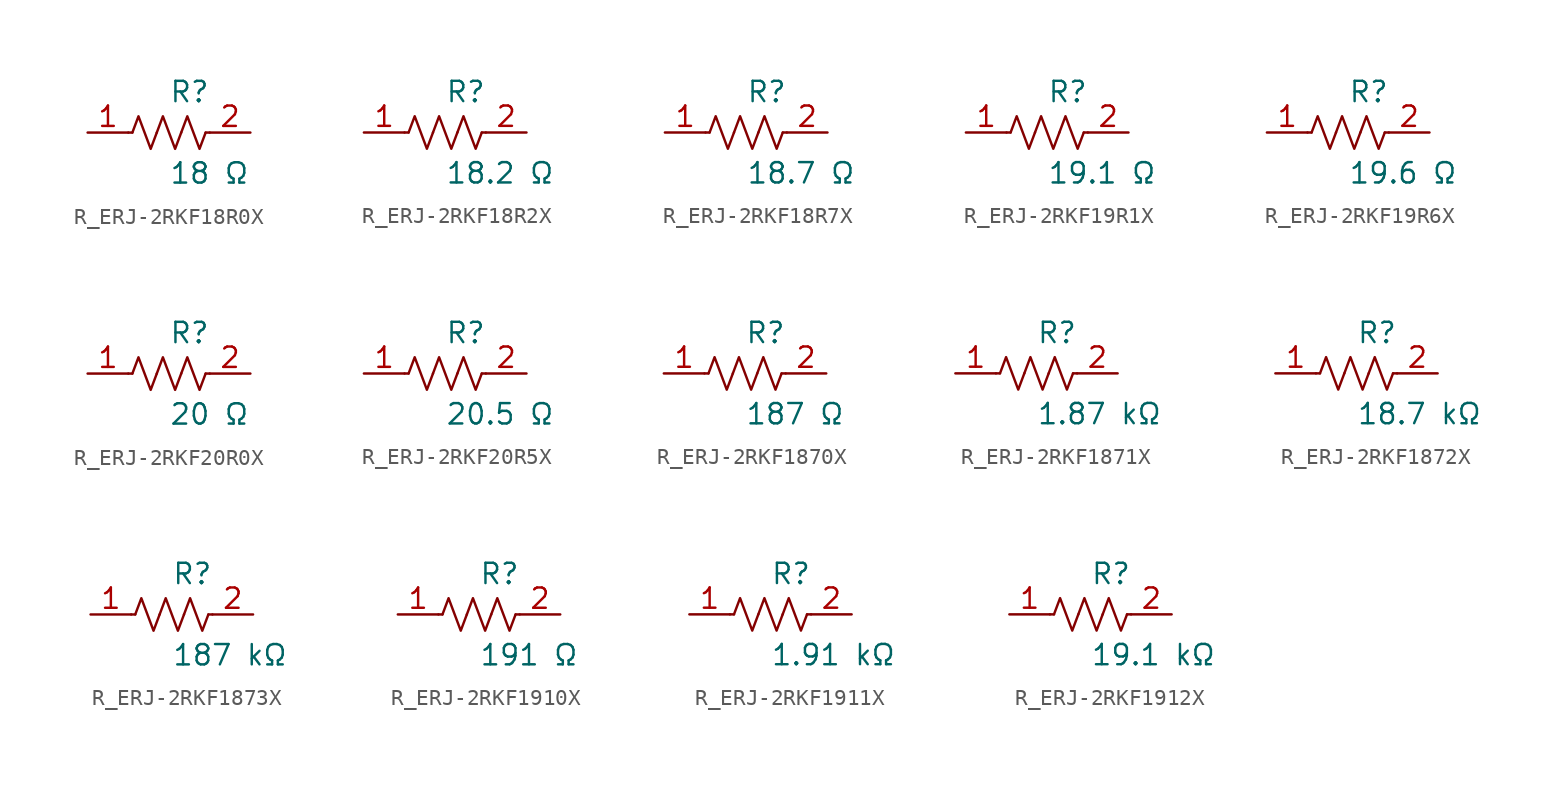
<source format=kicad_sym>
(kicad_symbol_lib
  (version 20231120)
  (generator kicad_symbol_editor)
  (generator_version 8.0)
  (symbol "R_ERJ-2RKF18R0X"
    (pin_names
      (offset 0.254))
    (property "Reference" "R"
      (at 0 2.54 0)
      (effects (font (size 1.27 1.27)) (justify left)))
    (property "Value" "18 Ω"
      (at 0 -2.54 0)
      (effects (font (size 1.27 1.27)) (justify left)))
    (symbol "R_ERJ-2RKF18R0X_0_1"
      (polyline (pts (xy 2.286 0) (xy 2.54 0)) (stroke (width 0) (type default)) (fill (type none)))
      (polyline (pts (xy -2.286 0) (xy -2.54 0)) (stroke (width 0) (type default)) (fill (type none)))
      (polyline (pts (xy 0.762 0) (xy 1.143 1.016) (xy 1.524 0) (xy 1.905 -1.016) (xy 2.286 0)) (stroke (width 0) (type default)) (fill (type none)))
      (polyline (pts (xy -0.762 0) (xy -0.381 1.016) (xy 0 0) (xy 0.381 -1.016) (xy 0.762 0)) (stroke (width 0) (type default)) (fill (type none)))
      (polyline (pts (xy -2.286 0) (xy -1.905 1.016) (xy -1.524 0) (xy -1.143 -1.016) (xy -0.762 0)) (stroke (width 0) (type default)) (fill (type none))))
    (pin passive line
      (at -5.08 0 0)
      (length 2.54)
      (name "" (effects (font (size 1.27 1.27))))
      (number "1" (effects (font (size 1.27 1.27)))))
    (pin passive line
      (at 5.08 0 180)
      (length 2.54)
      (name "" (effects (font (size 1.27 1.27))))
      (number "2" (effects (font (size 1.27 1.27))))))
  (symbol "R_ERJ-2RKF18R2X"
    (pin_names
      (offset 0.254))
    (property "Reference" "R"
      (at 0 2.54 0)
      (effects (font (size 1.27 1.27)) (justify left)))
    (property "Value" "18.2 Ω"
      (at 0 -2.54 0)
      (effects (font (size 1.27 1.27)) (justify left)))
    (symbol "R_ERJ-2RKF18R2X_0_1"
      (polyline (pts (xy 2.286 0) (xy 2.54 0)) (stroke (width 0) (type default)) (fill (type none)))
      (polyline (pts (xy -2.286 0) (xy -2.54 0)) (stroke (width 0) (type default)) (fill (type none)))
      (polyline (pts (xy 0.762 0) (xy 1.143 1.016) (xy 1.524 0) (xy 1.905 -1.016) (xy 2.286 0)) (stroke (width 0) (type default)) (fill (type none)))
      (polyline (pts (xy -0.762 0) (xy -0.381 1.016) (xy 0 0) (xy 0.381 -1.016) (xy 0.762 0)) (stroke (width 0) (type default)) (fill (type none)))
      (polyline (pts (xy -2.286 0) (xy -1.905 1.016) (xy -1.524 0) (xy -1.143 -1.016) (xy -0.762 0)) (stroke (width 0) (type default)) (fill (type none))))
    (pin passive line
      (at -5.08 0 0)
      (length 2.54)
      (name "" (effects (font (size 1.27 1.27))))
      (number "1" (effects (font (size 1.27 1.27)))))
    (pin passive line
      (at 5.08 0 180)
      (length 2.54)
      (name "" (effects (font (size 1.27 1.27))))
      (number "2" (effects (font (size 1.27 1.27))))))
  (symbol "R_ERJ-2RKF18R7X"
    (pin_names
      (offset 0.254))
    (property "Reference" "R"
      (at 0 2.54 0)
      (effects (font (size 1.27 1.27)) (justify left)))
    (property "Value" "18.7 Ω"
      (at 0 -2.54 0)
      (effects (font (size 1.27 1.27)) (justify left)))
    (symbol "R_ERJ-2RKF18R7X_0_1"
      (polyline (pts (xy 2.286 0) (xy 2.54 0)) (stroke (width 0) (type default)) (fill (type none)))
      (polyline (pts (xy -2.286 0) (xy -2.54 0)) (stroke (width 0) (type default)) (fill (type none)))
      (polyline (pts (xy 0.762 0) (xy 1.143 1.016) (xy 1.524 0) (xy 1.905 -1.016) (xy 2.286 0)) (stroke (width 0) (type default)) (fill (type none)))
      (polyline (pts (xy -0.762 0) (xy -0.381 1.016) (xy 0 0) (xy 0.381 -1.016) (xy 0.762 0)) (stroke (width 0) (type default)) (fill (type none)))
      (polyline (pts (xy -2.286 0) (xy -1.905 1.016) (xy -1.524 0) (xy -1.143 -1.016) (xy -0.762 0)) (stroke (width 0) (type default)) (fill (type none))))
    (pin passive line
      (at -5.08 0 0)
      (length 2.54)
      (name "" (effects (font (size 1.27 1.27))))
      (number "1" (effects (font (size 1.27 1.27)))))
    (pin passive line
      (at 5.08 0 180)
      (length 2.54)
      (name "" (effects (font (size 1.27 1.27))))
      (number "2" (effects (font (size 1.27 1.27))))))
  (symbol "R_ERJ-2RKF19R1X"
    (pin_names
      (offset 0.254))
    (property "Reference" "R"
      (at 0 2.54 0)
      (effects (font (size 1.27 1.27)) (justify left)))
    (property "Value" "19.1 Ω"
      (at 0 -2.54 0)
      (effects (font (size 1.27 1.27)) (justify left)))
    (symbol "R_ERJ-2RKF19R1X_0_1"
      (polyline (pts (xy 2.286 0) (xy 2.54 0)) (stroke (width 0) (type default)) (fill (type none)))
      (polyline (pts (xy -2.286 0) (xy -2.54 0)) (stroke (width 0) (type default)) (fill (type none)))
      (polyline (pts (xy 0.762 0) (xy 1.143 1.016) (xy 1.524 0) (xy 1.905 -1.016) (xy 2.286 0)) (stroke (width 0) (type default)) (fill (type none)))
      (polyline (pts (xy -0.762 0) (xy -0.381 1.016) (xy 0 0) (xy 0.381 -1.016) (xy 0.762 0)) (stroke (width 0) (type default)) (fill (type none)))
      (polyline (pts (xy -2.286 0) (xy -1.905 1.016) (xy -1.524 0) (xy -1.143 -1.016) (xy -0.762 0)) (stroke (width 0) (type default)) (fill (type none))))
    (pin passive line
      (at -5.08 0 0)
      (length 2.54)
      (name "" (effects (font (size 1.27 1.27))))
      (number "1" (effects (font (size 1.27 1.27)))))
    (pin passive line
      (at 5.08 0 180)
      (length 2.54)
      (name "" (effects (font (size 1.27 1.27))))
      (number "2" (effects (font (size 1.27 1.27))))))
  (symbol "R_ERJ-2RKF19R6X"
    (pin_names
      (offset 0.254))
    (property "Reference" "R"
      (at 0 2.54 0)
      (effects (font (size 1.27 1.27)) (justify left)))
    (property "Value" "19.6 Ω"
      (at 0 -2.54 0)
      (effects (font (size 1.27 1.27)) (justify left)))
    (symbol "R_ERJ-2RKF19R6X_0_1"
      (polyline (pts (xy 2.286 0) (xy 2.54 0)) (stroke (width 0) (type default)) (fill (type none)))
      (polyline (pts (xy -2.286 0) (xy -2.54 0)) (stroke (width 0) (type default)) (fill (type none)))
      (polyline (pts (xy 0.762 0) (xy 1.143 1.016) (xy 1.524 0) (xy 1.905 -1.016) (xy 2.286 0)) (stroke (width 0) (type default)) (fill (type none)))
      (polyline (pts (xy -0.762 0) (xy -0.381 1.016) (xy 0 0) (xy 0.381 -1.016) (xy 0.762 0)) (stroke (width 0) (type default)) (fill (type none)))
      (polyline (pts (xy -2.286 0) (xy -1.905 1.016) (xy -1.524 0) (xy -1.143 -1.016) (xy -0.762 0)) (stroke (width 0) (type default)) (fill (type none))))
    (pin passive line
      (at -5.08 0 0)
      (length 2.54)
      (name "" (effects (font (size 1.27 1.27))))
      (number "1" (effects (font (size 1.27 1.27)))))
    (pin passive line
      (at 5.08 0 180)
      (length 2.54)
      (name "" (effects (font (size 1.27 1.27))))
      (number "2" (effects (font (size 1.27 1.27))))))
  (symbol "R_ERJ-2RKF20R0X"
    (pin_names
      (offset 0.254))
    (property "Reference" "R"
      (at 0 2.54 0)
      (effects (font (size 1.27 1.27)) (justify left)))
    (property "Value" "20 Ω"
      (at 0 -2.54 0)
      (effects (font (size 1.27 1.27)) (justify left)))
    (symbol "R_ERJ-2RKF20R0X_0_1"
      (polyline (pts (xy 2.286 0) (xy 2.54 0)) (stroke (width 0) (type default)) (fill (type none)))
      (polyline (pts (xy -2.286 0) (xy -2.54 0)) (stroke (width 0) (type default)) (fill (type none)))
      (polyline (pts (xy 0.762 0) (xy 1.143 1.016) (xy 1.524 0) (xy 1.905 -1.016) (xy 2.286 0)) (stroke (width 0) (type default)) (fill (type none)))
      (polyline (pts (xy -0.762 0) (xy -0.381 1.016) (xy 0 0) (xy 0.381 -1.016) (xy 0.762 0)) (stroke (width 0) (type default)) (fill (type none)))
      (polyline (pts (xy -2.286 0) (xy -1.905 1.016) (xy -1.524 0) (xy -1.143 -1.016) (xy -0.762 0)) (stroke (width 0) (type default)) (fill (type none))))
    (pin passive line
      (at -5.08 0 0)
      (length 2.54)
      (name "" (effects (font (size 1.27 1.27))))
      (number "1" (effects (font (size 1.27 1.27)))))
    (pin passive line
      (at 5.08 0 180)
      (length 2.54)
      (name "" (effects (font (size 1.27 1.27))))
      (number "2" (effects (font (size 1.27 1.27))))))
  (symbol "R_ERJ-2RKF20R5X"
    (pin_names
      (offset 0.254))
    (property "Reference" "R"
      (at 0 2.54 0)
      (effects (font (size 1.27 1.27)) (justify left)))
    (property "Value" "20.5 Ω"
      (at 0 -2.54 0)
      (effects (font (size 1.27 1.27)) (justify left)))
    (symbol "R_ERJ-2RKF20R5X_0_1"
      (polyline (pts (xy 2.286 0) (xy 2.54 0)) (stroke (width 0) (type default)) (fill (type none)))
      (polyline (pts (xy -2.286 0) (xy -2.54 0)) (stroke (width 0) (type default)) (fill (type none)))
      (polyline (pts (xy 0.762 0) (xy 1.143 1.016) (xy 1.524 0) (xy 1.905 -1.016) (xy 2.286 0)) (stroke (width 0) (type default)) (fill (type none)))
      (polyline (pts (xy -0.762 0) (xy -0.381 1.016) (xy 0 0) (xy 0.381 -1.016) (xy 0.762 0)) (stroke (width 0) (type default)) (fill (type none)))
      (polyline (pts (xy -2.286 0) (xy -1.905 1.016) (xy -1.524 0) (xy -1.143 -1.016) (xy -0.762 0)) (stroke (width 0) (type default)) (fill (type none))))
    (pin passive line
      (at -5.08 0 0)
      (length 2.54)
      (name "" (effects (font (size 1.27 1.27))))
      (number "1" (effects (font (size 1.27 1.27)))))
    (pin passive line
      (at 5.08 0 180)
      (length 2.54)
      (name "" (effects (font (size 1.27 1.27))))
      (number "2" (effects (font (size 1.27 1.27))))))
  (symbol "R_ERJ-2RKF1870X"
    (pin_names
      (offset 0.254))
    (property "Reference" "R"
      (at 0 2.54 0)
      (effects (font (size 1.27 1.27)) (justify left)))
    (property "Value" "187 Ω"
      (at 0 -2.54 0)
      (effects (font (size 1.27 1.27)) (justify left)))
    (symbol "R_ERJ-2RKF1870X_0_1"
      (polyline (pts (xy 2.286 0) (xy 2.54 0)) (stroke (width 0) (type default)) (fill (type none)))
      (polyline (pts (xy -2.286 0) (xy -2.54 0)) (stroke (width 0) (type default)) (fill (type none)))
      (polyline (pts (xy 0.762 0) (xy 1.143 1.016) (xy 1.524 0) (xy 1.905 -1.016) (xy 2.286 0)) (stroke (width 0) (type default)) (fill (type none)))
      (polyline (pts (xy -0.762 0) (xy -0.381 1.016) (xy 0 0) (xy 0.381 -1.016) (xy 0.762 0)) (stroke (width 0) (type default)) (fill (type none)))
      (polyline (pts (xy -2.286 0) (xy -1.905 1.016) (xy -1.524 0) (xy -1.143 -1.016) (xy -0.762 0)) (stroke (width 0) (type default)) (fill (type none))))
    (pin passive line
      (at -5.08 0 0)
      (length 2.54)
      (name "" (effects (font (size 1.27 1.27))))
      (number "1" (effects (font (size 1.27 1.27)))))
    (pin passive line
      (at 5.08 0 180)
      (length 2.54)
      (name "" (effects (font (size 1.27 1.27))))
      (number "2" (effects (font (size 1.27 1.27))))))
  (symbol "R_ERJ-2RKF1871X"
    (pin_names
      (offset 0.254))
    (property "Reference" "R"
      (at 0 2.54 0)
      (effects (font (size 1.27 1.27)) (justify left)))
    (property "Value" "1.87 kΩ"
      (at 0 -2.54 0)
      (effects (font (size 1.27 1.27)) (justify left)))
    (symbol "R_ERJ-2RKF1871X_0_1"
      (polyline (pts (xy 2.286 0) (xy 2.54 0)) (stroke (width 0) (type default)) (fill (type none)))
      (polyline (pts (xy -2.286 0) (xy -2.54 0)) (stroke (width 0) (type default)) (fill (type none)))
      (polyline (pts (xy 0.762 0) (xy 1.143 1.016) (xy 1.524 0) (xy 1.905 -1.016) (xy 2.286 0)) (stroke (width 0) (type default)) (fill (type none)))
      (polyline (pts (xy -0.762 0) (xy -0.381 1.016) (xy 0 0) (xy 0.381 -1.016) (xy 0.762 0)) (stroke (width 0) (type default)) (fill (type none)))
      (polyline (pts (xy -2.286 0) (xy -1.905 1.016) (xy -1.524 0) (xy -1.143 -1.016) (xy -0.762 0)) (stroke (width 0) (type default)) (fill (type none))))
    (pin passive line
      (at -5.08 0 0)
      (length 2.54)
      (name "" (effects (font (size 1.27 1.27))))
      (number "1" (effects (font (size 1.27 1.27)))))
    (pin passive line
      (at 5.08 0 180)
      (length 2.54)
      (name "" (effects (font (size 1.27 1.27))))
      (number "2" (effects (font (size 1.27 1.27))))))
  (symbol "R_ERJ-2RKF1872X"
    (pin_names
      (offset 0.254))
    (property "Reference" "R"
      (at 0 2.54 0)
      (effects (font (size 1.27 1.27)) (justify left)))
    (property "Value" "18.7 kΩ"
      (at 0 -2.54 0)
      (effects (font (size 1.27 1.27)) (justify left)))
    (symbol "R_ERJ-2RKF1872X_0_1"
      (polyline (pts (xy 2.286 0) (xy 2.54 0)) (stroke (width 0) (type default)) (fill (type none)))
      (polyline (pts (xy -2.286 0) (xy -2.54 0)) (stroke (width 0) (type default)) (fill (type none)))
      (polyline (pts (xy 0.762 0) (xy 1.143 1.016) (xy 1.524 0) (xy 1.905 -1.016) (xy 2.286 0)) (stroke (width 0) (type default)) (fill (type none)))
      (polyline (pts (xy -0.762 0) (xy -0.381 1.016) (xy 0 0) (xy 0.381 -1.016) (xy 0.762 0)) (stroke (width 0) (type default)) (fill (type none)))
      (polyline (pts (xy -2.286 0) (xy -1.905 1.016) (xy -1.524 0) (xy -1.143 -1.016) (xy -0.762 0)) (stroke (width 0) (type default)) (fill (type none))))
    (pin passive line
      (at -5.08 0 0)
      (length 2.54)
      (name "" (effects (font (size 1.27 1.27))))
      (number "1" (effects (font (size 1.27 1.27)))))
    (pin passive line
      (at 5.08 0 180)
      (length 2.54)
      (name "" (effects (font (size 1.27 1.27))))
      (number "2" (effects (font (size 1.27 1.27))))))
  (symbol "R_ERJ-2RKF1873X"
    (pin_names
      (offset 0.254))
    (property "Reference" "R"
      (at 0 2.54 0)
      (effects (font (size 1.27 1.27)) (justify left)))
    (property "Value" "187 kΩ"
      (at 0 -2.54 0)
      (effects (font (size 1.27 1.27)) (justify left)))
    (symbol "R_ERJ-2RKF1873X_0_1"
      (polyline (pts (xy 2.286 0) (xy 2.54 0)) (stroke (width 0) (type default)) (fill (type none)))
      (polyline (pts (xy -2.286 0) (xy -2.54 0)) (stroke (width 0) (type default)) (fill (type none)))
      (polyline (pts (xy 0.762 0) (xy 1.143 1.016) (xy 1.524 0) (xy 1.905 -1.016) (xy 2.286 0)) (stroke (width 0) (type default)) (fill (type none)))
      (polyline (pts (xy -0.762 0) (xy -0.381 1.016) (xy 0 0) (xy 0.381 -1.016) (xy 0.762 0)) (stroke (width 0) (type default)) (fill (type none)))
      (polyline (pts (xy -2.286 0) (xy -1.905 1.016) (xy -1.524 0) (xy -1.143 -1.016) (xy -0.762 0)) (stroke (width 0) (type default)) (fill (type none))))
    (pin passive line
      (at -5.08 0 0)
      (length 2.54)
      (name "" (effects (font (size 1.27 1.27))))
      (number "1" (effects (font (size 1.27 1.27)))))
    (pin passive line
      (at 5.08 0 180)
      (length 2.54)
      (name "" (effects (font (size 1.27 1.27))))
      (number "2" (effects (font (size 1.27 1.27))))))
  (symbol "R_ERJ-2RKF1910X"
    (pin_names
      (offset 0.254))
    (property "Reference" "R"
      (at 0 2.54 0)
      (effects (font (size 1.27 1.27)) (justify left)))
    (property "Value" "191 Ω"
      (at 0 -2.54 0)
      (effects (font (size 1.27 1.27)) (justify left)))
    (symbol "R_ERJ-2RKF1910X_0_1"
      (polyline (pts (xy 2.286 0) (xy 2.54 0)) (stroke (width 0) (type default)) (fill (type none)))
      (polyline (pts (xy -2.286 0) (xy -2.54 0)) (stroke (width 0) (type default)) (fill (type none)))
      (polyline (pts (xy 0.762 0) (xy 1.143 1.016) (xy 1.524 0) (xy 1.905 -1.016) (xy 2.286 0)) (stroke (width 0) (type default)) (fill (type none)))
      (polyline (pts (xy -0.762 0) (xy -0.381 1.016) (xy 0 0) (xy 0.381 -1.016) (xy 0.762 0)) (stroke (width 0) (type default)) (fill (type none)))
      (polyline (pts (xy -2.286 0) (xy -1.905 1.016) (xy -1.524 0) (xy -1.143 -1.016) (xy -0.762 0)) (stroke (width 0) (type default)) (fill (type none))))
    (pin passive line
      (at -5.08 0 0)
      (length 2.54)
      (name "" (effects (font (size 1.27 1.27))))
      (number "1" (effects (font (size 1.27 1.27)))))
    (pin passive line
      (at 5.08 0 180)
      (length 2.54)
      (name "" (effects (font (size 1.27 1.27))))
      (number "2" (effects (font (size 1.27 1.27))))))
  (symbol "R_ERJ-2RKF1911X"
    (pin_names
      (offset 0.254))
    (property "Reference" "R"
      (at 0 2.54 0)
      (effects (font (size 1.27 1.27)) (justify left)))
    (property "Value" "1.91 kΩ"
      (at 0 -2.54 0)
      (effects (font (size 1.27 1.27)) (justify left)))
    (symbol "R_ERJ-2RKF1911X_0_1"
      (polyline (pts (xy 2.286 0) (xy 2.54 0)) (stroke (width 0) (type default)) (fill (type none)))
      (polyline (pts (xy -2.286 0) (xy -2.54 0)) (stroke (width 0) (type default)) (fill (type none)))
      (polyline (pts (xy 0.762 0) (xy 1.143 1.016) (xy 1.524 0) (xy 1.905 -1.016) (xy 2.286 0)) (stroke (width 0) (type default)) (fill (type none)))
      (polyline (pts (xy -0.762 0) (xy -0.381 1.016) (xy 0 0) (xy 0.381 -1.016) (xy 0.762 0)) (stroke (width 0) (type default)) (fill (type none)))
      (polyline (pts (xy -2.286 0) (xy -1.905 1.016) (xy -1.524 0) (xy -1.143 -1.016) (xy -0.762 0)) (stroke (width 0) (type default)) (fill (type none))))
    (pin passive line
      (at -5.08 0 0)
      (length 2.54)
      (name "" (effects (font (size 1.27 1.27))))
      (number "1" (effects (font (size 1.27 1.27)))))
    (pin passive line
      (at 5.08 0 180)
      (length 2.54)
      (name "" (effects (font (size 1.27 1.27))))
      (number "2" (effects (font (size 1.27 1.27))))))
  (symbol "R_ERJ-2RKF1912X"
    (pin_names
      (offset 0.254))
    (property "Reference" "R"
      (at 0 2.54 0)
      (effects (font (size 1.27 1.27)) (justify left)))
    (property "Value" "19.1 kΩ"
      (at 0 -2.54 0)
      (effects (font (size 1.27 1.27)) (justify left)))
    (symbol "R_ERJ-2RKF1912X_0_1"
      (polyline (pts (xy 2.286 0) (xy 2.54 0)) (stroke (width 0) (type default)) (fill (type none)))
      (polyline (pts (xy -2.286 0) (xy -2.54 0)) (stroke (width 0) (type default)) (fill (type none)))
      (polyline (pts (xy 0.762 0) (xy 1.143 1.016) (xy 1.524 0) (xy 1.905 -1.016) (xy 2.286 0)) (stroke (width 0) (type default)) (fill (type none)))
      (polyline (pts (xy -0.762 0) (xy -0.381 1.016) (xy 0 0) (xy 0.381 -1.016) (xy 0.762 0)) (stroke (width 0) (type default)) (fill (type none)))
      (polyline (pts (xy -2.286 0) (xy -1.905 1.016) (xy -1.524 0) (xy -1.143 -1.016) (xy -0.762 0)) (stroke (width 0) (type default)) (fill (type none))))
    (pin passive line
      (at -5.08 0 0)
      (length 2.54)
      (name "" (effects (font (size 1.27 1.27))))
      (number "1" (effects (font (size 1.27 1.27)))))
    (pin passive line
      (at 5.08 0 180)
      (length 2.54)
      (name "" (effects (font (size 1.27 1.27))))
      (number "2" (effects (font (size 1.27 1.27)))))))
</source>
